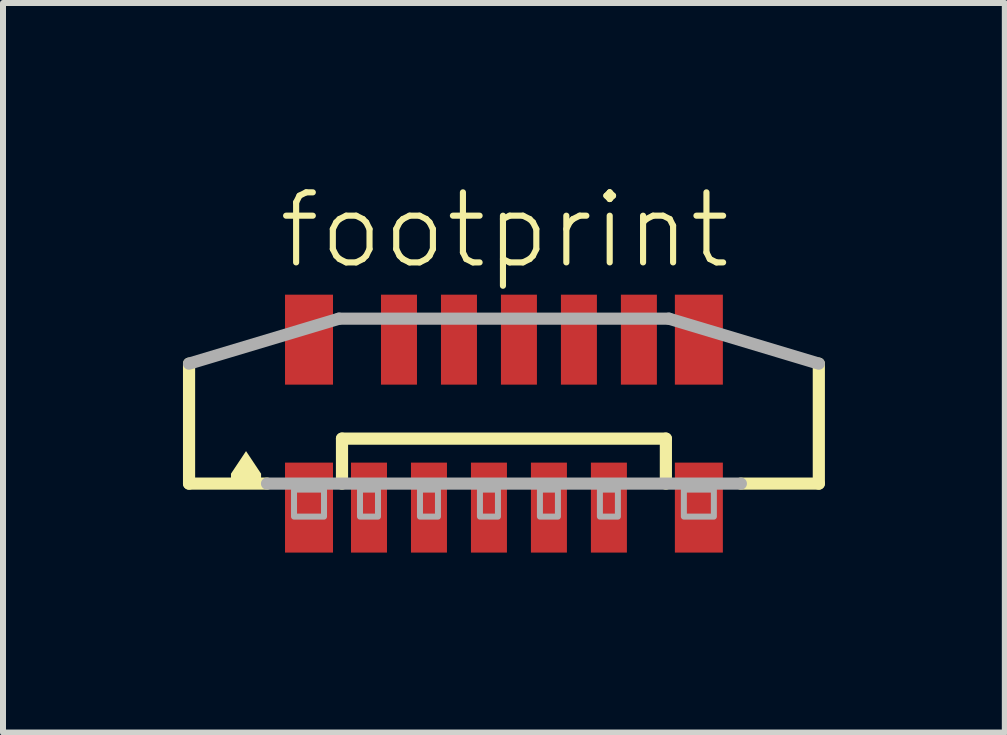
<source format=kicad_pcb>
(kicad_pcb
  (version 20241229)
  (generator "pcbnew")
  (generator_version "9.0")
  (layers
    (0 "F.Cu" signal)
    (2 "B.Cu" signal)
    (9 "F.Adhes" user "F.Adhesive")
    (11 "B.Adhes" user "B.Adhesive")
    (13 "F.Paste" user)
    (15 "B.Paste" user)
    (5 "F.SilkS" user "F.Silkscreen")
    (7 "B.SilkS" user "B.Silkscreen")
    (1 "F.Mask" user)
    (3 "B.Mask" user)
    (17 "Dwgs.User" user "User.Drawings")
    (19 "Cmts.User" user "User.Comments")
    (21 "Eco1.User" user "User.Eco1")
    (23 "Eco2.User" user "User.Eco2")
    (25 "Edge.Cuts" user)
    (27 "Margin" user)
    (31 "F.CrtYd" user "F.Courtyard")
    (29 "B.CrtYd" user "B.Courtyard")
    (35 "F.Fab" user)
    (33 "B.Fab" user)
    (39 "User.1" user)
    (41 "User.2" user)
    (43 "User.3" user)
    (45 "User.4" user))
  (footprint "footprint"
    (layer "F.Cu")
    (at 5.352 4.013)
    (property "Reference" "footprint" (at -3.81 -2.54 0) (layer "F.SilkS") (effects (font (size 1.168 1.168) (thickness 0.102)) (justify left bottom)))
    (fp_line (start -5.25 1) (end -5.25 -1) (stroke (width 0.203) (type solid)) (layer "F.SilkS"))
    (fp_line (start -3.95 1) (end -5.25 1) (stroke (width 0.203) (type solid)) (layer "F.SilkS"))
    (fp_line (start -2.7 0.25) (end 2.7 0.25) (stroke (width 0.203) (type solid)) (layer "F.SilkS"))
    (fp_line (start -2.7 1) (end -2.7 0.25) (stroke (width 0.203) (type solid)) (layer "F.SilkS"))
    (fp_line (start 2.7 0.25) (end 2.7 1) (stroke (width 0.203) (type solid)) (layer "F.SilkS"))
    (fp_line (start 5.25 -1) (end 5.25 1) (stroke (width 0.203) (type solid)) (layer "F.SilkS"))
    (fp_line (start 5.25 1) (end 3.95 1) (stroke (width 0.203) (type solid)) (layer "F.SilkS"))
    (fp_poly (pts (xy -4.049 0.835) (xy -4.049 1.001) (xy -4.551 1.001) (xy -4.551 0.835) (xy -4.3 0.458)) (stroke (width 0) (type solid)) (fill yes) (layer "F.SilkS"))
    (fp_line (start -5.25 -1) (end -2.75 -1.75) (stroke (width 0.203) (type solid)) (layer "F.Fab"))
    (fp_line (start -2.75 -1.75) (end 2.75 -1.75) (stroke (width 0.203) (type solid)) (layer "F.Fab"))
    (fp_line (start 2.75 -1.75) (end 5.25 -1) (stroke (width 0.203) (type solid)) (layer "F.Fab"))
    (fp_line (start 3.95 1) (end -3.95 1) (stroke (width 0.203) (type solid)) (layer "F.Fab"))
    (fp_poly (pts (xy -3.5 1.55) (xy -3 1.55) (xy -3 1.1) (xy -3.5 1.1)) (stroke (width 0.1) (type solid)) (fill no) (layer "F.Fab"))
    (fp_poly (pts (xy -2.4 1.55) (xy -2.1 1.55) (xy -2.1 1.1) (xy -2.4 1.1)) (stroke (width 0.1) (type solid)) (fill no) (layer "F.Fab"))
    (fp_poly (pts (xy -1.4 1.55) (xy -1.1 1.55) (xy -1.1 1.1) (xy -1.4 1.1)) (stroke (width 0.1) (type solid)) (fill no) (layer "F.Fab"))
    (fp_poly (pts (xy -0.4 1.55) (xy -0.1 1.55) (xy -0.1 1.1) (xy -0.4 1.1)) (stroke (width 0.1) (type solid)) (fill no) (layer "F.Fab"))
    (fp_poly (pts (xy 0.6 1.55) (xy 0.9 1.55) (xy 0.9 1.1) (xy 0.6 1.1)) (stroke (width 0.1) (type solid)) (fill no) (layer "F.Fab"))
    (fp_poly (pts (xy 1.6 1.55) (xy 1.9 1.55) (xy 1.9 1.1) (xy 1.6 1.1)) (stroke (width 0.1) (type solid)) (fill no) (layer "F.Fab"))
    (fp_poly (pts (xy 3 1.55) (xy 3.5 1.55) (xy 3.5 1.1) (xy 3 1.1)) (stroke (width 0.1) (type solid)) (fill no) (layer "F.Fab"))
    (pad "1" smd rect (at -2.25 1.4) (size 0.6 1.5) (layers "F.Cu" "F.Mask" "F.Paste"))
    (pad "2" smd rect (at -1.75 -1.4 180) (size 0.6 1.5) (layers "F.Cu" "F.Mask" "F.Paste"))
    (pad "3" smd rect (at -1.25 1.4) (size 0.6 1.5) (layers "F.Cu" "F.Mask" "F.Paste"))
    (pad "4" smd rect (at -0.75 -1.4 180) (size 0.6 1.5) (layers "F.Cu" "F.Mask" "F.Paste"))
    (pad "5" smd rect (at -0.25 1.4) (size 0.6 1.5) (layers "F.Cu" "F.Mask" "F.Paste"))
    (pad "6" smd rect (at 0.25 -1.4 180) (size 0.6 1.5) (layers "F.Cu" "F.Mask" "F.Paste"))
    (pad "7" smd rect (at 0.75 1.4) (size 0.6 1.5) (layers "F.Cu" "F.Mask" "F.Paste"))
    (pad "8" smd rect (at 1.25 -1.4 180) (size 0.6 1.5) (layers "F.Cu" "F.Mask" "F.Paste"))
    (pad "9" smd rect (at 1.75 1.4) (size 0.6 1.5) (layers "F.Cu" "F.Mask" "F.Paste"))
    (pad "10" smd rect (at 2.25 -1.4 180) (size 0.6 1.5) (layers "F.Cu" "F.Mask" "F.Paste"))
    (pad "M1" smd rect (at -3.25 1.4) (size 0.8 1.5) (layers "F.Cu" "F.Mask" "F.Paste"))
    (pad "M2" smd rect (at 3.25 1.4) (size 0.8 1.5) (layers "F.Cu" "F.Mask" "F.Paste"))
    (pad "M3" smd rect (at 3.25 -1.4 180) (size 0.8 1.5) (layers "F.Cu" "F.Mask" "F.Paste"))
    (pad "M4" smd rect (at -3.25 -1.4 180) (size 0.8 1.5) (layers "F.Cu" "F.Mask" "F.Paste")))
  (gr_rect
    (start -3 -3)
    (end 13.703 9.163)
    (stroke (width 0.1) (type default))
    (fill no)
    (layer "Edge.Cuts")))
</source>
